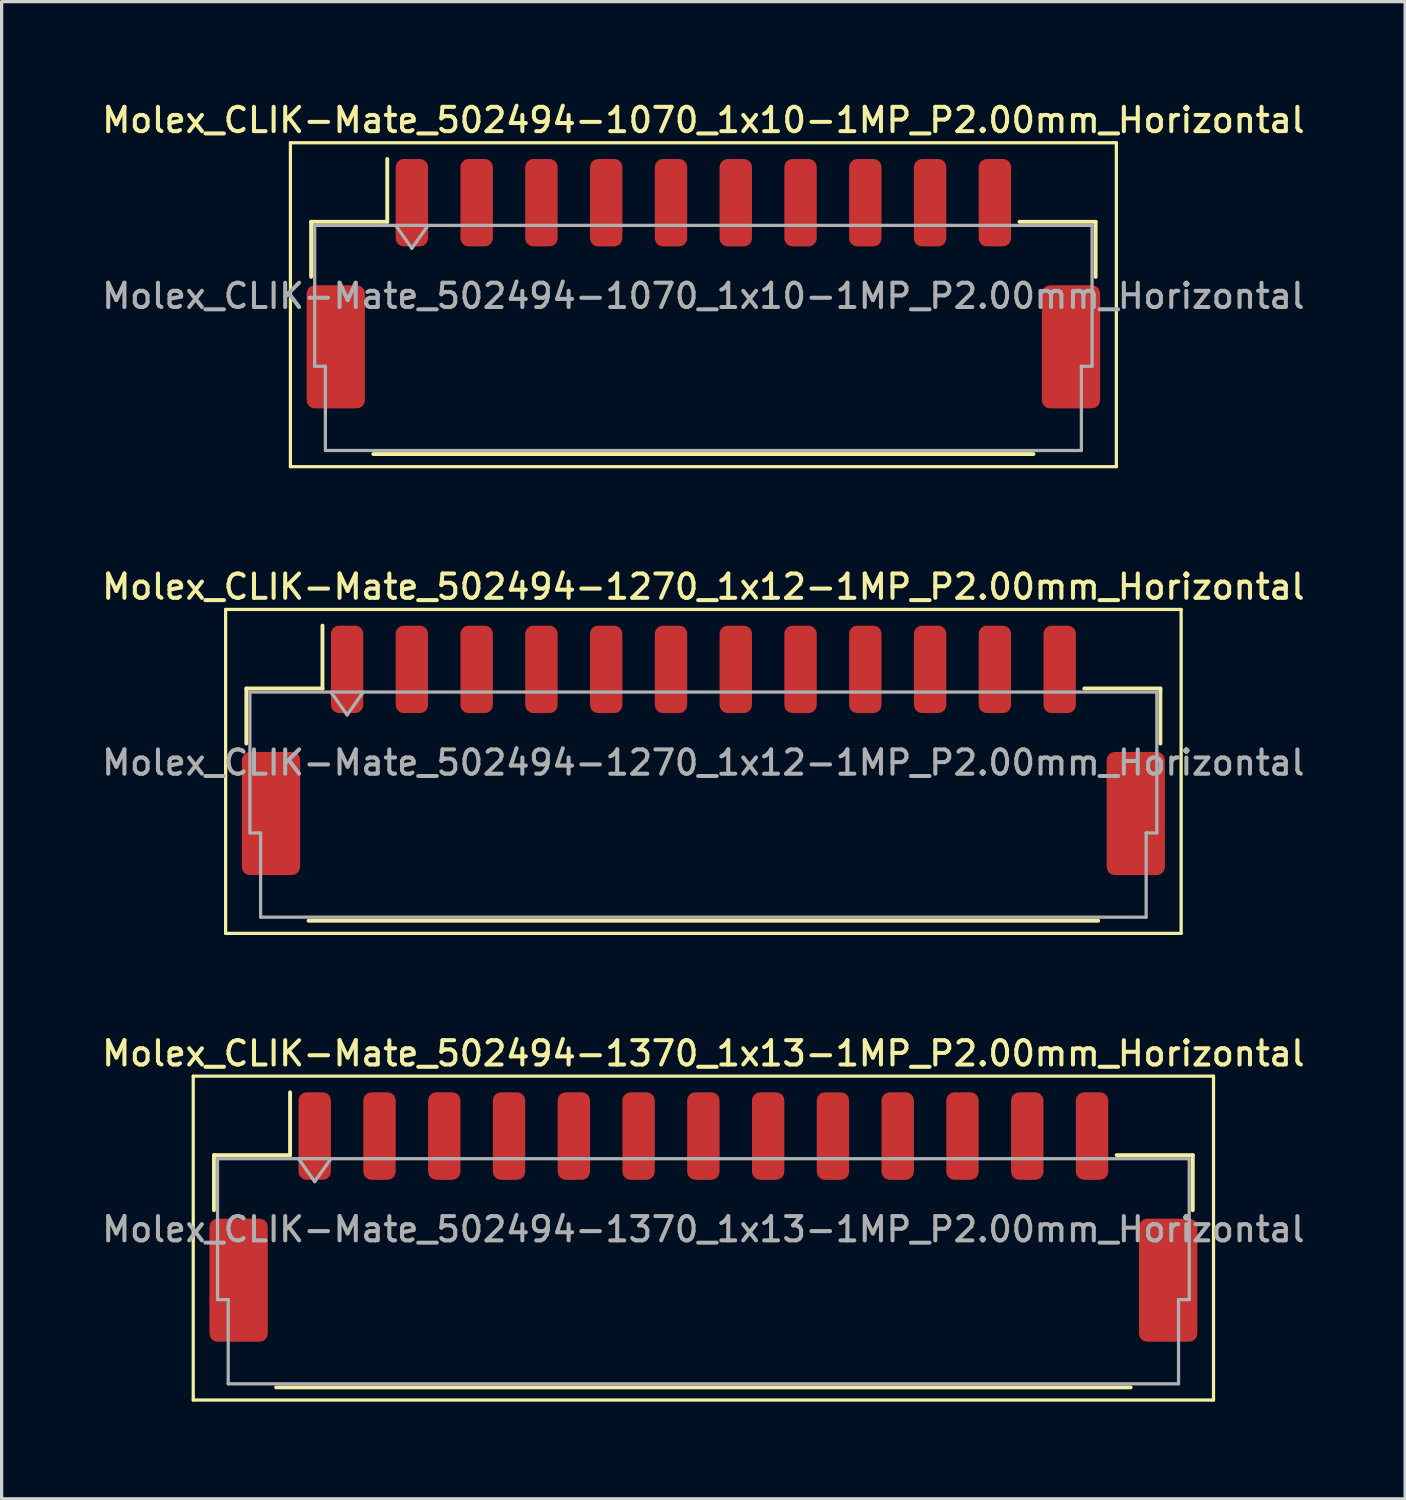
<source format=kicad_pcb>
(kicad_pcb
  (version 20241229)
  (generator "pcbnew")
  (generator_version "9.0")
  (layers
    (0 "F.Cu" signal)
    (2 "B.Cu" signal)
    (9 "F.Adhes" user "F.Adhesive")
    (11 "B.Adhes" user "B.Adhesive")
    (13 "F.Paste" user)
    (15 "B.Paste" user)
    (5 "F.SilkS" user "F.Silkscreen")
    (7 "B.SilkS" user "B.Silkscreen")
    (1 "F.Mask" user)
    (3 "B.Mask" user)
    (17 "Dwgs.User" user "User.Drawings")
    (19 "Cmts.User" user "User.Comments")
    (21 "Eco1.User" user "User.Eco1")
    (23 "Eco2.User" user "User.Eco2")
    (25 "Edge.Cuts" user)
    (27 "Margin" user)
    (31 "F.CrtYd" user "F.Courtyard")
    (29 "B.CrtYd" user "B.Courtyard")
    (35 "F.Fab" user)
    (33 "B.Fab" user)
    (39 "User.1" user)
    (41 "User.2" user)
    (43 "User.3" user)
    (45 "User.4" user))
  (footprint "Molex_CLIK-Mate_502494-1070_1x10-1MP_P2.00mm_Horizontal"
    (layer "F.Cu")
    (at 18.666 5.708)
    (property "Reference" "Molex_CLIK-Mate_502494-1070_1x10-1MP_P2.00mm_Horizontal" (at 0 -5.05 0) (layer "F.SilkS") (effects (font (size 0.75 0.75) (thickness 0.125))))
    (attr smd)
    (fp_line (start -12.75 -4.35) (end -12.75 5.65) (stroke (width 0.1) (type solid)) (layer "F.SilkS"))
    (fp_line (start -12.75 5.65) (end 12.75 5.65) (stroke (width 0.1) (type solid)) (layer "F.SilkS"))
    (fp_line (start -12.11 -1.91) (end -9.76 -1.91) (stroke (width 0.12) (type solid)) (layer "F.SilkS"))
    (fp_line (start -12.11 -0.21) (end -12.11 -1.91) (stroke (width 0.12) (type solid)) (layer "F.SilkS"))
    (fp_line (start -10.19 5.26) (end 10.19 5.26) (stroke (width 0.12) (type solid)) (layer "F.SilkS"))
    (fp_line (start -9.76 -1.91) (end -9.76 -3.85) (stroke (width 0.12) (type solid)) (layer "F.SilkS"))
    (fp_line (start 12.11 -1.91) (end 9.76 -1.91) (stroke (width 0.12) (type solid)) (layer "F.SilkS"))
    (fp_line (start 12.11 -0.21) (end 12.11 -1.91) (stroke (width 0.12) (type solid)) (layer "F.SilkS"))
    (fp_line (start 12.75 -4.35) (end -12.75 -4.35) (stroke (width 0.1) (type solid)) (layer "F.SilkS"))
    (fp_line (start 12.75 5.65) (end 12.75 -4.35) (stroke (width 0.1) (type solid)) (layer "F.SilkS"))
    (fp_line (start -12 -1.8) (end -12 2.55) (stroke (width 0.1) (type solid)) (layer "F.Fab"))
    (fp_line (start -12 -1.8) (end 12 -1.8) (stroke (width 0.1) (type solid)) (layer "F.Fab"))
    (fp_line (start -12 2.55) (end -11.67 2.55) (stroke (width 0.1) (type solid)) (layer "F.Fab"))
    (fp_line (start -11.67 2.55) (end -11.67 5.15) (stroke (width 0.1) (type solid)) (layer "F.Fab"))
    (fp_line (start -11.67 5.15) (end 11.67 5.15) (stroke (width 0.1) (type solid)) (layer "F.Fab"))
    (fp_line (start -9.5 -1.8) (end -9 -1.093) (stroke (width 0.1) (type solid)) (layer "F.Fab"))
    (fp_line (start -9 -1.093) (end -8.5 -1.8) (stroke (width 0.1) (type solid)) (layer "F.Fab"))
    (fp_line (start 11.67 2.55) (end 12 2.55) (stroke (width 0.1) (type solid)) (layer "F.Fab"))
    (fp_line (start 11.67 5.15) (end 11.67 2.55) (stroke (width 0.1) (type solid)) (layer "F.Fab"))
    (fp_line (start 12 -1.8) (end 12 2.55) (stroke (width 0.1) (type solid)) (layer "F.Fab"))
    (fp_text user "${REFERENCE}" (at 0 0.38 0) (layer "F.Fab") (effects (font (size 0.75 0.75) (thickness 0.125))))
    (pad "1" smd roundrect (at -9 -2.5) (size 1 2.7) (layers "F.Cu" "F.Mask" "F.Paste") (roundrect_rratio 0.25))
    (pad "2" smd roundrect (at -7 -2.5) (size 1 2.7) (layers "F.Cu" "F.Mask" "F.Paste") (roundrect_rratio 0.25))
    (pad "3" smd roundrect (at -5 -2.5) (size 1 2.7) (layers "F.Cu" "F.Mask" "F.Paste") (roundrect_rratio 0.25))
    (pad "4" smd roundrect (at -3 -2.5) (size 1 2.7) (layers "F.Cu" "F.Mask" "F.Paste") (roundrect_rratio 0.25))
    (pad "5" smd roundrect (at -1 -2.5) (size 1 2.7) (layers "F.Cu" "F.Mask" "F.Paste") (roundrect_rratio 0.25))
    (pad "6" smd roundrect (at 1 -2.5) (size 1 2.7) (layers "F.Cu" "F.Mask" "F.Paste") (roundrect_rratio 0.25))
    (pad "7" smd roundrect (at 3 -2.5) (size 1 2.7) (layers "F.Cu" "F.Mask" "F.Paste") (roundrect_rratio 0.25))
    (pad "8" smd roundrect (at 5 -2.5) (size 1 2.7) (layers "F.Cu" "F.Mask" "F.Paste") (roundrect_rratio 0.25))
    (pad "9" smd roundrect (at 7 -2.5) (size 1 2.7) (layers "F.Cu" "F.Mask" "F.Paste") (roundrect_rratio 0.25))
    (pad "10" smd roundrect (at 9 -2.5) (size 1 2.7) (layers "F.Cu" "F.Mask" "F.Paste") (roundrect_rratio 0.25))
    (pad "MP" smd roundrect (at -11.35 1.95) (size 1.8 3.8) (layers "F.Cu" "F.Mask" "F.Paste") (roundrect_rratio 0.139))
    (pad "MP" smd roundrect (at 11.35 1.95) (size 1.8 3.8) (layers "F.Cu" "F.Mask" "F.Paste") (roundrect_rratio 0.139)))
  (footprint "Molex_CLIK-Mate_502494-1270_1x12-1MP_P2.00mm_Horizontal"
    (layer "F.Cu")
    (at 18.666 20.116)
    (property "Reference" "Molex_CLIK-Mate_502494-1270_1x12-1MP_P2.00mm_Horizontal" (at 0 -5.05 0) (layer "F.SilkS") (effects (font (size 0.75 0.75) (thickness 0.125))))
    (attr smd)
    (fp_line (start -14.75 -4.35) (end -14.75 5.65) (stroke (width 0.1) (type solid)) (layer "F.SilkS"))
    (fp_line (start -14.75 5.65) (end 14.75 5.65) (stroke (width 0.1) (type solid)) (layer "F.SilkS"))
    (fp_line (start -14.11 -1.91) (end -11.76 -1.91) (stroke (width 0.12) (type solid)) (layer "F.SilkS"))
    (fp_line (start -14.11 -0.21) (end -14.11 -1.91) (stroke (width 0.12) (type solid)) (layer "F.SilkS"))
    (fp_line (start -12.19 5.26) (end 12.19 5.26) (stroke (width 0.12) (type solid)) (layer "F.SilkS"))
    (fp_line (start -11.76 -1.91) (end -11.76 -3.85) (stroke (width 0.12) (type solid)) (layer "F.SilkS"))
    (fp_line (start 14.11 -1.91) (end 11.76 -1.91) (stroke (width 0.12) (type solid)) (layer "F.SilkS"))
    (fp_line (start 14.11 -0.21) (end 14.11 -1.91) (stroke (width 0.12) (type solid)) (layer "F.SilkS"))
    (fp_line (start 14.75 -4.35) (end -14.75 -4.35) (stroke (width 0.1) (type solid)) (layer "F.SilkS"))
    (fp_line (start 14.75 5.65) (end 14.75 -4.35) (stroke (width 0.1) (type solid)) (layer "F.SilkS"))
    (fp_line (start -14 -1.8) (end -14 2.55) (stroke (width 0.1) (type solid)) (layer "F.Fab"))
    (fp_line (start -14 -1.8) (end 14 -1.8) (stroke (width 0.1) (type solid)) (layer "F.Fab"))
    (fp_line (start -14 2.55) (end -13.67 2.55) (stroke (width 0.1) (type solid)) (layer "F.Fab"))
    (fp_line (start -13.67 2.55) (end -13.67 5.15) (stroke (width 0.1) (type solid)) (layer "F.Fab"))
    (fp_line (start -13.67 5.15) (end 13.67 5.15) (stroke (width 0.1) (type solid)) (layer "F.Fab"))
    (fp_line (start -11.5 -1.8) (end -11 -1.093) (stroke (width 0.1) (type solid)) (layer "F.Fab"))
    (fp_line (start -11 -1.093) (end -10.5 -1.8) (stroke (width 0.1) (type solid)) (layer "F.Fab"))
    (fp_line (start 13.67 2.55) (end 14 2.55) (stroke (width 0.1) (type solid)) (layer "F.Fab"))
    (fp_line (start 13.67 5.15) (end 13.67 2.55) (stroke (width 0.1) (type solid)) (layer "F.Fab"))
    (fp_line (start 14 -1.8) (end 14 2.55) (stroke (width 0.1) (type solid)) (layer "F.Fab"))
    (fp_text user "${REFERENCE}" (at 0 0.38 0) (layer "F.Fab") (effects (font (size 0.75 0.75) (thickness 0.125))))
    (pad "1" smd roundrect (at -11 -2.5) (size 1 2.7) (layers "F.Cu" "F.Mask" "F.Paste") (roundrect_rratio 0.25))
    (pad "2" smd roundrect (at -9 -2.5) (size 1 2.7) (layers "F.Cu" "F.Mask" "F.Paste") (roundrect_rratio 0.25))
    (pad "3" smd roundrect (at -7 -2.5) (size 1 2.7) (layers "F.Cu" "F.Mask" "F.Paste") (roundrect_rratio 0.25))
    (pad "4" smd roundrect (at -5 -2.5) (size 1 2.7) (layers "F.Cu" "F.Mask" "F.Paste") (roundrect_rratio 0.25))
    (pad "5" smd roundrect (at -3 -2.5) (size 1 2.7) (layers "F.Cu" "F.Mask" "F.Paste") (roundrect_rratio 0.25))
    (pad "6" smd roundrect (at -1 -2.5) (size 1 2.7) (layers "F.Cu" "F.Mask" "F.Paste") (roundrect_rratio 0.25))
    (pad "7" smd roundrect (at 1 -2.5) (size 1 2.7) (layers "F.Cu" "F.Mask" "F.Paste") (roundrect_rratio 0.25))
    (pad "8" smd roundrect (at 3 -2.5) (size 1 2.7) (layers "F.Cu" "F.Mask" "F.Paste") (roundrect_rratio 0.25))
    (pad "9" smd roundrect (at 5 -2.5) (size 1 2.7) (layers "F.Cu" "F.Mask" "F.Paste") (roundrect_rratio 0.25))
    (pad "10" smd roundrect (at 7 -2.5) (size 1 2.7) (layers "F.Cu" "F.Mask" "F.Paste") (roundrect_rratio 0.25))
    (pad "11" smd roundrect (at 9 -2.5) (size 1 2.7) (layers "F.Cu" "F.Mask" "F.Paste") (roundrect_rratio 0.25))
    (pad "12" smd roundrect (at 11 -2.5) (size 1 2.7) (layers "F.Cu" "F.Mask" "F.Paste") (roundrect_rratio 0.25))
    (pad "MP" smd roundrect (at -13.35 1.95) (size 1.8 3.8) (layers "F.Cu" "F.Mask" "F.Paste") (roundrect_rratio 0.139))
    (pad "MP" smd roundrect (at 13.35 1.95) (size 1.8 3.8) (layers "F.Cu" "F.Mask" "F.Paste") (roundrect_rratio 0.139)))
  (footprint "Molex_CLIK-Mate_502494-1370_1x13-1MP_P2.00mm_Horizontal"
    (layer "F.Cu")
    (at 18.666 34.524)
    (property "Reference" "Molex_CLIK-Mate_502494-1370_1x13-1MP_P2.00mm_Horizontal" (at 0 -5.05 0) (layer "F.SilkS") (effects (font (size 0.75 0.75) (thickness 0.125))))
    (attr smd)
    (fp_line (start -15.75 -4.35) (end -15.75 5.65) (stroke (width 0.1) (type solid)) (layer "F.SilkS"))
    (fp_line (start -15.75 5.65) (end 15.75 5.65) (stroke (width 0.1) (type solid)) (layer "F.SilkS"))
    (fp_line (start -15.11 -1.91) (end -12.76 -1.91) (stroke (width 0.12) (type solid)) (layer "F.SilkS"))
    (fp_line (start -15.11 -0.21) (end -15.11 -1.91) (stroke (width 0.12) (type solid)) (layer "F.SilkS"))
    (fp_line (start -13.19 5.26) (end 13.19 5.26) (stroke (width 0.12) (type solid)) (layer "F.SilkS"))
    (fp_line (start -12.76 -1.91) (end -12.76 -3.85) (stroke (width 0.12) (type solid)) (layer "F.SilkS"))
    (fp_line (start 15.11 -1.91) (end 12.76 -1.91) (stroke (width 0.12) (type solid)) (layer "F.SilkS"))
    (fp_line (start 15.11 -0.21) (end 15.11 -1.91) (stroke (width 0.12) (type solid)) (layer "F.SilkS"))
    (fp_line (start 15.75 -4.35) (end -15.75 -4.35) (stroke (width 0.1) (type solid)) (layer "F.SilkS"))
    (fp_line (start 15.75 5.65) (end 15.75 -4.35) (stroke (width 0.1) (type solid)) (layer "F.SilkS"))
    (fp_line (start -15 -1.8) (end -15 2.55) (stroke (width 0.1) (type solid)) (layer "F.Fab"))
    (fp_line (start -15 -1.8) (end 15 -1.8) (stroke (width 0.1) (type solid)) (layer "F.Fab"))
    (fp_line (start -15 2.55) (end -14.67 2.55) (stroke (width 0.1) (type solid)) (layer "F.Fab"))
    (fp_line (start -14.67 2.55) (end -14.67 5.15) (stroke (width 0.1) (type solid)) (layer "F.Fab"))
    (fp_line (start -14.67 5.15) (end 14.67 5.15) (stroke (width 0.1) (type solid)) (layer "F.Fab"))
    (fp_line (start -12.5 -1.8) (end -12 -1.093) (stroke (width 0.1) (type solid)) (layer "F.Fab"))
    (fp_line (start -12 -1.093) (end -11.5 -1.8) (stroke (width 0.1) (type solid)) (layer "F.Fab"))
    (fp_line (start 14.67 2.55) (end 15 2.55) (stroke (width 0.1) (type solid)) (layer "F.Fab"))
    (fp_line (start 14.67 5.15) (end 14.67 2.55) (stroke (width 0.1) (type solid)) (layer "F.Fab"))
    (fp_line (start 15 -1.8) (end 15 2.55) (stroke (width 0.1) (type solid)) (layer "F.Fab"))
    (fp_text user "${REFERENCE}" (at 0 0.38 0) (layer "F.Fab") (effects (font (size 0.75 0.75) (thickness 0.125))))
    (pad "1" smd roundrect (at -12 -2.5) (size 1 2.7) (layers "F.Cu" "F.Mask" "F.Paste") (roundrect_rratio 0.25))
    (pad "2" smd roundrect (at -10 -2.5) (size 1 2.7) (layers "F.Cu" "F.Mask" "F.Paste") (roundrect_rratio 0.25))
    (pad "3" smd roundrect (at -8 -2.5) (size 1 2.7) (layers "F.Cu" "F.Mask" "F.Paste") (roundrect_rratio 0.25))
    (pad "4" smd roundrect (at -6 -2.5) (size 1 2.7) (layers "F.Cu" "F.Mask" "F.Paste") (roundrect_rratio 0.25))
    (pad "5" smd roundrect (at -4 -2.5) (size 1 2.7) (layers "F.Cu" "F.Mask" "F.Paste") (roundrect_rratio 0.25))
    (pad "6" smd roundrect (at -2 -2.5) (size 1 2.7) (layers "F.Cu" "F.Mask" "F.Paste") (roundrect_rratio 0.25))
    (pad "7" smd roundrect (at 0 -2.5) (size 1 2.7) (layers "F.Cu" "F.Mask" "F.Paste") (roundrect_rratio 0.25))
    (pad "8" smd roundrect (at 2 -2.5) (size 1 2.7) (layers "F.Cu" "F.Mask" "F.Paste") (roundrect_rratio 0.25))
    (pad "9" smd roundrect (at 4 -2.5) (size 1 2.7) (layers "F.Cu" "F.Mask" "F.Paste") (roundrect_rratio 0.25))
    (pad "10" smd roundrect (at 6 -2.5) (size 1 2.7) (layers "F.Cu" "F.Mask" "F.Paste") (roundrect_rratio 0.25))
    (pad "11" smd roundrect (at 8 -2.5) (size 1 2.7) (layers "F.Cu" "F.Mask" "F.Paste") (roundrect_rratio 0.25))
    (pad "12" smd roundrect (at 10 -2.5) (size 1 2.7) (layers "F.Cu" "F.Mask" "F.Paste") (roundrect_rratio 0.25))
    (pad "13" smd roundrect (at 12 -2.5) (size 1 2.7) (layers "F.Cu" "F.Mask" "F.Paste") (roundrect_rratio 0.25))
    (pad "MP" smd roundrect (at -14.35 1.95) (size 1.8 3.8) (layers "F.Cu" "F.Mask" "F.Paste") (roundrect_rratio 0.139))
    (pad "MP" smd roundrect (at 14.35 1.95) (size 1.8 3.8) (layers "F.Cu" "F.Mask" "F.Paste") (roundrect_rratio 0.139)))
  (gr_rect
    (start -3 -3)
    (end 40.332 43.224)
    (stroke (width 0.1) (type default))
    (fill no)
    (layer "Edge.Cuts")))
</source>
